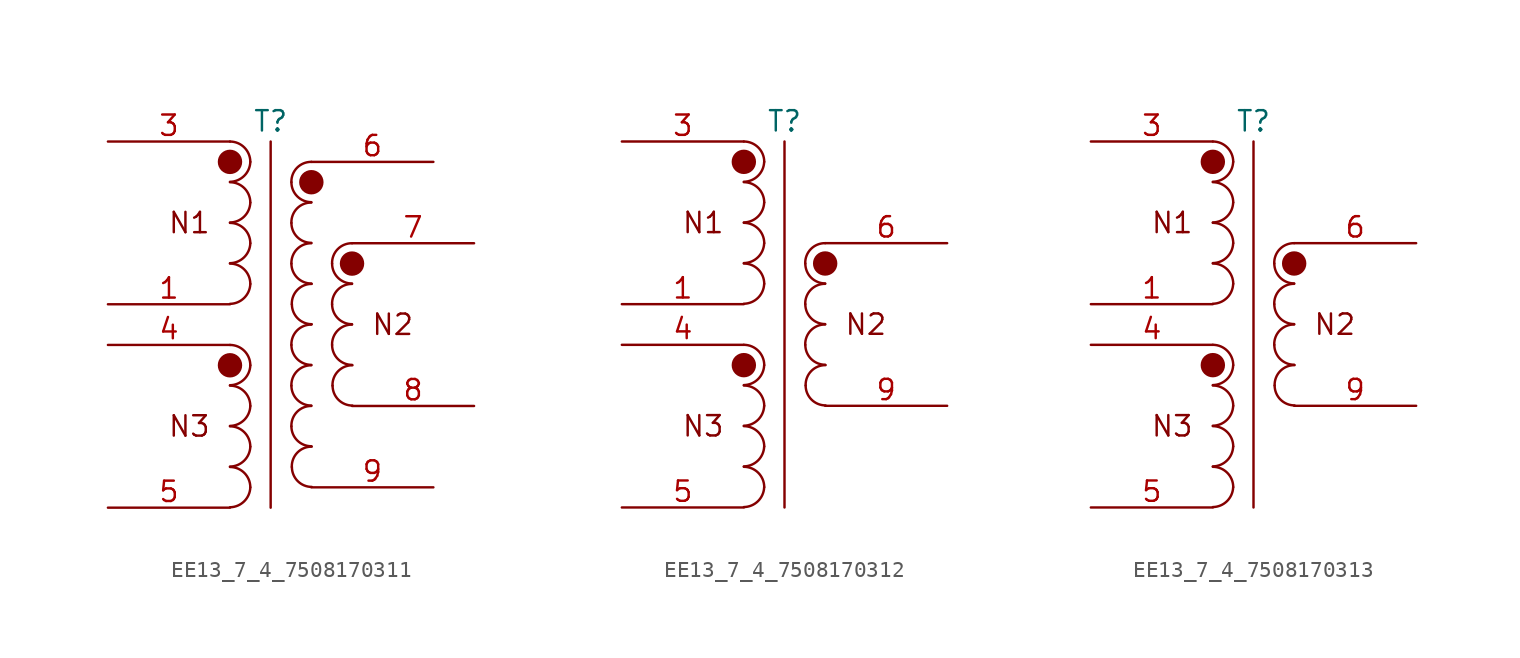
<source format=kicad_sym>
(kicad_symbol_lib
  (version 20220914)
  (generator kicad_symbol_editor)
  (symbol "EE13_7_4_7508170311"
    (pin_names hide)
    (property "Reference" "T"
      (at 0 12.7 0)
      (effects (font (size 1.27 1.27))))
    (symbol "EE13_7_4_7508170311_0_1"
      (arc (start -2.54 -11.4046) (mid -1.6561 -11.0363) (end -1.27 -10.16) (stroke (width 0) (type default)) (fill (type none)))
      (arc (start -2.54 -8.8646) (mid -1.6561 -8.4963) (end -1.27 -7.62) (stroke (width 0) (type default)) (fill (type none)))
      (arc (start -2.54 -6.3246) (mid -1.6561 -5.9563) (end -1.27 -5.08) (stroke (width 0) (type default)) (fill (type none)))
      (arc (start -2.54 -3.7846) (mid -1.6561 -3.4163) (end -1.27 -2.54) (stroke (width 0) (type default)) (fill (type none)))
      (arc (start -2.54 1.2954) (mid -1.6561 1.6637) (end -1.27 2.54) (stroke (width 0) (type default)) (fill (type none)))
      (arc (start -2.54 3.8354) (mid -1.6561 4.2037) (end -1.27 5.08) (stroke (width 0) (type default)) (fill (type none)))
      (arc (start -2.54 6.3754) (mid -1.6561 6.7437) (end -1.27 7.62) (stroke (width 0) (type default)) (fill (type none)))
      (arc (start -2.54 8.9154) (mid -1.6561 9.2837) (end -1.27 10.16) (stroke (width 0) (type default)) (fill (type none)))
      (arc (start -1.27 -10.16) (mid -1.642 -9.262) (end -2.54 -8.89) (stroke (width 0) (type default)) (fill (type none)))
      (arc (start -1.27 -7.62) (mid -1.642 -6.722) (end -2.54 -6.35) (stroke (width 0) (type default)) (fill (type none)))
      (arc (start -1.27 -5.08) (mid -1.642 -4.182) (end -2.54 -3.81) (stroke (width 0) (type default)) (fill (type none)))
      (arc (start -1.27 -2.54) (mid -1.642 -1.642) (end -2.54 -1.27) (stroke (width 0) (type default)) (fill (type none)))
      (arc (start -1.27 2.54) (mid -1.642 3.438) (end -2.54 3.81) (stroke (width 0) (type default)) (fill (type none)))
      (arc (start -1.27 5.08) (mid -1.642 5.978) (end -2.54 6.35) (stroke (width 0) (type default)) (fill (type none)))
      (arc (start -1.27 7.62) (mid -1.642 8.518) (end -2.54 8.89) (stroke (width 0) (type default)) (fill (type none)))
      (arc (start -1.27 10.16) (mid -1.642 11.058) (end -2.54 11.43) (stroke (width 0) (type default)) (fill (type none)))
      (polyline (pts (xy 0 11.43) (xy 0 -11.43)) (stroke (width 0) (type default)) (fill (type none)))
      (arc (start 1.2954 -6.35) (mid 1.6599 -7.2301) (end 2.54 -7.5946) (stroke (width 0) (type default)) (fill (type none)))
      (arc (start 1.2954 -3.81) (mid 1.6599 -4.6901) (end 2.54 -5.0546) (stroke (width 0) (type default)) (fill (type none)))
      (arc (start 1.2954 -1.27) (mid 1.6599 -2.1501) (end 2.54 -2.5146) (stroke (width 0) (type default)) (fill (type none)))
      (arc (start 1.2954 3.81) (mid 1.6599 2.9299) (end 2.54 2.5654) (stroke (width 0) (type default)) (fill (type none)))
      (arc (start 1.2954 6.35) (mid 1.6599 5.4699) (end 2.54 5.1054) (stroke (width 0) (type default)) (fill (type none)))
      (arc (start 1.2954 8.89) (mid 1.6599 8.0099) (end 2.54 7.6454) (stroke (width 0) (type default)) (fill (type none)))
      (arc (start 1.3208 -8.89) (mid 1.6853 -9.7703) (end 2.5654 -10.1346) (stroke (width 0) (type default)) (fill (type none)))
      (arc (start 1.3208 1.27) (mid 1.6853 0.3897) (end 2.5654 0.0254) (stroke (width 0) (type default)) (fill (type none)))
      (arc (start 2.54 -5.08) (mid 1.6458 -5.4485) (end 1.2954 -6.35) (stroke (width 0) (type default)) (fill (type none)))
      (arc (start 2.54 -2.54) (mid 1.6458 -2.9085) (end 1.2954 -3.81) (stroke (width 0) (type default)) (fill (type none)))
      (arc (start 2.54 0) (mid 1.6458 -0.3685) (end 1.2954 -1.27) (stroke (width 0) (type default)) (fill (type none)))
      (arc (start 2.54 5.08) (mid 1.6458 4.7115) (end 1.2954 3.81) (stroke (width 0) (type default)) (fill (type none)))
      (arc (start 2.54 7.62) (mid 1.6458 7.2515) (end 1.2954 6.35) (stroke (width 0) (type default)) (fill (type none)))
      (arc (start 2.54 10.16) (mid 1.6458 9.7915) (end 1.2954 8.89) (stroke (width 0) (type default)) (fill (type none)))
      (arc (start 2.5654 -7.62) (mid 1.6709 -7.9883) (end 1.3208 -8.89) (stroke (width 0) (type default)) (fill (type none)))
      (arc (start 2.5654 2.54) (mid 1.6709 2.1717) (end 1.3208 1.27) (stroke (width 0) (type default)) (fill (type none)))
      (arc (start 3.8354 -1.27) (mid 4.1999 -2.1501) (end 5.08 -2.5146) (stroke (width 0) (type default)) (fill (type none)))
      (arc (start 3.8354 1.27) (mid 4.1999 0.3899) (end 5.08 0.0254) (stroke (width 0) (type default)) (fill (type none)))
      (arc (start 3.8354 3.81) (mid 4.1999 2.9299) (end 5.08 2.5654) (stroke (width 0) (type default)) (fill (type none)))
      (arc (start 3.8608 -3.81) (mid 4.2254 -4.6899) (end 5.1054 -5.0546) (stroke (width 0) (type default)) (fill (type none)))
      (arc (start 5.08 0) (mid 4.1858 -0.3685) (end 3.8354 -1.27) (stroke (width 0) (type default)) (fill (type none)))
      (arc (start 5.08 2.54) (mid 4.1858 2.1715) (end 3.8354 1.27) (stroke (width 0) (type default)) (fill (type none)))
      (arc (start 5.08 5.08) (mid 4.1858 4.7115) (end 3.8354 3.81) (stroke (width 0) (type default)) (fill (type none)))
      (arc (start 5.1054 -2.54) (mid 4.2109 -2.9083) (end 3.8608 -3.81) (stroke (width 0) (type default)) (fill (type none))))
    (symbol "EE13_7_4_7508170311_1_1"
      (circle (center -2.54 -2.54) (radius 0.0001) (stroke (width 0.762) (type default)) (fill (type none)))
      (circle (center -2.54 10.16) (radius 0.0001) (stroke (width 0.762) (type default)) (fill (type none)))
      (circle (center 2.54 8.89) (radius 0.0001) (stroke (width 0.762) (type default)) (fill (type none)))
      (circle (center 5.08 3.81) (radius 0.0001) (stroke (width 0.762) (type default)) (fill (type none)))
      (text "N1" (at -5.08 6.35 0) (effects (font (size 1.27 1.27))))
      (text "N2" (at 7.62 0 0) (effects (font (size 1.27 1.27))))
      (text "N3" (at -5.08 -6.35 0) (effects (font (size 1.27 1.27))))
      (pin passive line (at -10.16 1.27 0) (length 7.62) (name "1" (effects (font (size 1.27 1.27)))) (number "1" (effects (font (size 1.27 1.27)))))
      (pin passive line (at -10.16 11.43 0) (length 7.62) (name "3" (effects (font (size 1.27 1.27)))) (number "3" (effects (font (size 1.27 1.27)))))
      (pin passive line (at -10.16 -1.27 0) (length 7.62) (name "4" (effects (font (size 1.27 1.27)))) (number "4" (effects (font (size 1.27 1.27)))))
      (pin passive line (at -10.16 -11.43 0) (length 7.62) (name "5" (effects (font (size 1.27 1.27)))) (number "5" (effects (font (size 1.27 1.27)))))
      (pin passive line (at 10.16 10.16 180) (length 7.62) (name "6" (effects (font (size 1.27 1.27)))) (number "6" (effects (font (size 1.27 1.27)))))
      (pin passive line (at 12.7 5.08 180) (length 7.62) (name "7" (effects (font (size 1.27 1.27)))) (number "7" (effects (font (size 1.27 1.27)))))
      (pin passive line (at 12.7 -5.08 180) (length 7.62) (name "8" (effects (font (size 1.27 1.27)))) (number "8" (effects (font (size 1.27 1.27)))))
      (pin passive line (at 10.16 -10.16 180) (length 7.62) (name "9" (effects (font (size 1.27 1.27)))) (number "9" (effects (font (size 1.27 1.27)))))))
  (symbol "EE13_7_4_7508170312"
    (pin_names hide)
    (property "Reference" "T"
      (at 0 12.7 0)
      (effects (font (size 1.27 1.27))))
    (symbol "EE13_7_4_7508170312_0_1"
      (arc (start -2.54 -11.4046) (mid -1.6561 -11.0363) (end -1.27 -10.16) (stroke (width 0) (type default)) (fill (type none)))
      (arc (start -2.54 -8.8646) (mid -1.6561 -8.4963) (end -1.27 -7.62) (stroke (width 0) (type default)) (fill (type none)))
      (arc (start -2.54 -6.3246) (mid -1.6561 -5.9563) (end -1.27 -5.08) (stroke (width 0) (type default)) (fill (type none)))
      (arc (start -2.54 -3.7846) (mid -1.6561 -3.4163) (end -1.27 -2.54) (stroke (width 0) (type default)) (fill (type none)))
      (arc (start -2.54 1.2954) (mid -1.6561 1.6637) (end -1.27 2.54) (stroke (width 0) (type default)) (fill (type none)))
      (arc (start -2.54 3.8354) (mid -1.6561 4.2037) (end -1.27 5.08) (stroke (width 0) (type default)) (fill (type none)))
      (arc (start -2.54 6.3754) (mid -1.6561 6.7437) (end -1.27 7.62) (stroke (width 0) (type default)) (fill (type none)))
      (arc (start -2.54 8.9154) (mid -1.6561 9.2837) (end -1.27 10.16) (stroke (width 0) (type default)) (fill (type none)))
      (arc (start -1.27 -10.16) (mid -1.642 -9.262) (end -2.54 -8.89) (stroke (width 0) (type default)) (fill (type none)))
      (arc (start -1.27 -7.62) (mid -1.642 -6.722) (end -2.54 -6.35) (stroke (width 0) (type default)) (fill (type none)))
      (arc (start -1.27 -5.08) (mid -1.642 -4.182) (end -2.54 -3.81) (stroke (width 0) (type default)) (fill (type none)))
      (arc (start -1.27 -2.54) (mid -1.642 -1.642) (end -2.54 -1.27) (stroke (width 0) (type default)) (fill (type none)))
      (arc (start -1.27 2.54) (mid -1.642 3.438) (end -2.54 3.81) (stroke (width 0) (type default)) (fill (type none)))
      (arc (start -1.27 5.08) (mid -1.642 5.978) (end -2.54 6.35) (stroke (width 0) (type default)) (fill (type none)))
      (arc (start -1.27 7.62) (mid -1.642 8.518) (end -2.54 8.89) (stroke (width 0) (type default)) (fill (type none)))
      (arc (start -1.27 10.16) (mid -1.642 11.058) (end -2.54 11.43) (stroke (width 0) (type default)) (fill (type none)))
      (polyline (pts (xy 0 11.43) (xy 0 -11.43)) (stroke (width 0) (type default)) (fill (type none)))
      (arc (start 1.2954 -1.27) (mid 1.6599 -2.1501) (end 2.54 -2.5146) (stroke (width 0) (type default)) (fill (type none)))
      (arc (start 1.2954 1.27) (mid 1.6599 0.3899) (end 2.54 0.0254) (stroke (width 0) (type default)) (fill (type none)))
      (arc (start 1.2954 3.81) (mid 1.6599 2.9299) (end 2.54 2.5654) (stroke (width 0) (type default)) (fill (type none)))
      (arc (start 1.3208 -3.81) (mid 1.6853 -4.6903) (end 2.5654 -5.0546) (stroke (width 0) (type default)) (fill (type none)))
      (arc (start 2.54 0) (mid 1.6458 -0.3685) (end 1.2954 -1.27) (stroke (width 0) (type default)) (fill (type none)))
      (arc (start 2.54 2.54) (mid 1.6458 2.1715) (end 1.2954 1.27) (stroke (width 0) (type default)) (fill (type none)))
      (arc (start 2.54 5.08) (mid 1.6458 4.7115) (end 1.2954 3.81) (stroke (width 0) (type default)) (fill (type none)))
      (arc (start 2.5654 -2.54) (mid 1.6709 -2.9083) (end 1.3208 -3.81) (stroke (width 0) (type default)) (fill (type none))))
    (symbol "EE13_7_4_7508170312_1_1"
      (circle (center -2.54 -2.54) (radius 0.0001) (stroke (width 0.762) (type default)) (fill (type none)))
      (circle (center -2.54 10.16) (radius 0.0001) (stroke (width 0.762) (type default)) (fill (type none)))
      (circle (center 2.54 3.81) (radius 0.0001) (stroke (width 0.762) (type default)) (fill (type none)))
      (text "N1" (at -5.08 6.35 0) (effects (font (size 1.27 1.27))))
      (text "N2" (at 5.08 0 0) (effects (font (size 1.27 1.27))))
      (text "N3" (at -5.08 -6.35 0) (effects (font (size 1.27 1.27))))
      (pin passive line (at -10.16 1.27 0) (length 7.62) (name "1" (effects (font (size 1.27 1.27)))) (number "1" (effects (font (size 1.27 1.27)))))
      (pin passive line (at -10.16 11.43 0) (length 7.62) (name "3" (effects (font (size 1.27 1.27)))) (number "3" (effects (font (size 1.27 1.27)))))
      (pin passive line (at -10.16 -1.27 0) (length 7.62) (name "4" (effects (font (size 1.27 1.27)))) (number "4" (effects (font (size 1.27 1.27)))))
      (pin passive line (at -10.16 -11.43 0) (length 7.62) (name "5" (effects (font (size 1.27 1.27)))) (number "5" (effects (font (size 1.27 1.27)))))
      (pin passive line (at 10.16 5.08 180) (length 7.62) (name "6" (effects (font (size 1.27 1.27)))) (number "6" (effects (font (size 1.27 1.27)))))
      (pin passive line (at 10.16 -5.08 180) (length 7.62) (name "9" (effects (font (size 1.27 1.27)))) (number "9" (effects (font (size 1.27 1.27)))))))
  (symbol "EE13_7_4_7508170313"
    (pin_names hide)
    (property "Reference" "T"
      (at 0 12.7 0)
      (effects (font (size 1.27 1.27))))
    (symbol "EE13_7_4_7508170313_0_1"
      (arc (start -2.54 -11.4046) (mid -1.6561 -11.0363) (end -1.27 -10.16) (stroke (width 0) (type default)) (fill (type none)))
      (arc (start -2.54 -8.8646) (mid -1.6561 -8.4963) (end -1.27 -7.62) (stroke (width 0) (type default)) (fill (type none)))
      (arc (start -2.54 -6.3246) (mid -1.6561 -5.9563) (end -1.27 -5.08) (stroke (width 0) (type default)) (fill (type none)))
      (arc (start -2.54 -3.7846) (mid -1.6561 -3.4163) (end -1.27 -2.54) (stroke (width 0) (type default)) (fill (type none)))
      (arc (start -2.54 1.2954) (mid -1.6561 1.6637) (end -1.27 2.54) (stroke (width 0) (type default)) (fill (type none)))
      (arc (start -2.54 3.8354) (mid -1.6561 4.2037) (end -1.27 5.08) (stroke (width 0) (type default)) (fill (type none)))
      (arc (start -2.54 6.3754) (mid -1.6561 6.7437) (end -1.27 7.62) (stroke (width 0) (type default)) (fill (type none)))
      (arc (start -2.54 8.9154) (mid -1.6561 9.2837) (end -1.27 10.16) (stroke (width 0) (type default)) (fill (type none)))
      (arc (start -1.27 -10.16) (mid -1.642 -9.262) (end -2.54 -8.89) (stroke (width 0) (type default)) (fill (type none)))
      (arc (start -1.27 -7.62) (mid -1.642 -6.722) (end -2.54 -6.35) (stroke (width 0) (type default)) (fill (type none)))
      (arc (start -1.27 -5.08) (mid -1.642 -4.182) (end -2.54 -3.81) (stroke (width 0) (type default)) (fill (type none)))
      (arc (start -1.27 -2.54) (mid -1.642 -1.642) (end -2.54 -1.27) (stroke (width 0) (type default)) (fill (type none)))
      (arc (start -1.27 2.54) (mid -1.642 3.438) (end -2.54 3.81) (stroke (width 0) (type default)) (fill (type none)))
      (arc (start -1.27 5.08) (mid -1.642 5.978) (end -2.54 6.35) (stroke (width 0) (type default)) (fill (type none)))
      (arc (start -1.27 7.62) (mid -1.642 8.518) (end -2.54 8.89) (stroke (width 0) (type default)) (fill (type none)))
      (arc (start -1.27 10.16) (mid -1.642 11.058) (end -2.54 11.43) (stroke (width 0) (type default)) (fill (type none)))
      (polyline (pts (xy 0 11.43) (xy 0 -11.43)) (stroke (width 0) (type default)) (fill (type none)))
      (arc (start 1.2954 -1.27) (mid 1.6599 -2.1501) (end 2.54 -2.5146) (stroke (width 0) (type default)) (fill (type none)))
      (arc (start 1.2954 1.27) (mid 1.6599 0.3899) (end 2.54 0.0254) (stroke (width 0) (type default)) (fill (type none)))
      (arc (start 1.2954 3.81) (mid 1.6599 2.9299) (end 2.54 2.5654) (stroke (width 0) (type default)) (fill (type none)))
      (arc (start 1.3208 -3.81) (mid 1.6853 -4.6903) (end 2.5654 -5.0546) (stroke (width 0) (type default)) (fill (type none)))
      (arc (start 2.54 0) (mid 1.6458 -0.3685) (end 1.2954 -1.27) (stroke (width 0) (type default)) (fill (type none)))
      (arc (start 2.54 2.54) (mid 1.6458 2.1715) (end 1.2954 1.27) (stroke (width 0) (type default)) (fill (type none)))
      (arc (start 2.54 5.08) (mid 1.6458 4.7115) (end 1.2954 3.81) (stroke (width 0) (type default)) (fill (type none)))
      (arc (start 2.5654 -2.54) (mid 1.6709 -2.9083) (end 1.3208 -3.81) (stroke (width 0) (type default)) (fill (type none))))
    (symbol "EE13_7_4_7508170313_1_1"
      (circle (center -2.54 -2.54) (radius 0.0001) (stroke (width 0.762) (type default)) (fill (type none)))
      (circle (center -2.54 10.16) (radius 0.0001) (stroke (width 0.762) (type default)) (fill (type none)))
      (circle (center 2.54 3.81) (radius 0.0001) (stroke (width 0.762) (type default)) (fill (type none)))
      (text "N1" (at -5.08 6.35 0) (effects (font (size 1.27 1.27))))
      (text "N2" (at 5.08 0 0) (effects (font (size 1.27 1.27))))
      (text "N3" (at -5.08 -6.35 0) (effects (font (size 1.27 1.27))))
      (pin passive line (at -10.16 1.27 0) (length 7.62) (name "1" (effects (font (size 1.27 1.27)))) (number "1" (effects (font (size 1.27 1.27)))))
      (pin passive line (at -10.16 11.43 0) (length 7.62) (name "3" (effects (font (size 1.27 1.27)))) (number "3" (effects (font (size 1.27 1.27)))))
      (pin passive line (at -10.16 -1.27 0) (length 7.62) (name "4" (effects (font (size 1.27 1.27)))) (number "4" (effects (font (size 1.27 1.27)))))
      (pin passive line (at -10.16 -11.43 0) (length 7.62) (name "5" (effects (font (size 1.27 1.27)))) (number "5" (effects (font (size 1.27 1.27)))))
      (pin passive line (at 10.16 5.08 180) (length 7.62) (name "6" (effects (font (size 1.27 1.27)))) (number "6" (effects (font (size 1.27 1.27)))))
      (pin passive line (at 10.16 -5.08 180) (length 7.62) (name "9" (effects (font (size 1.27 1.27)))) (number "9" (effects (font (size 1.27 1.27))))))))
</source>
